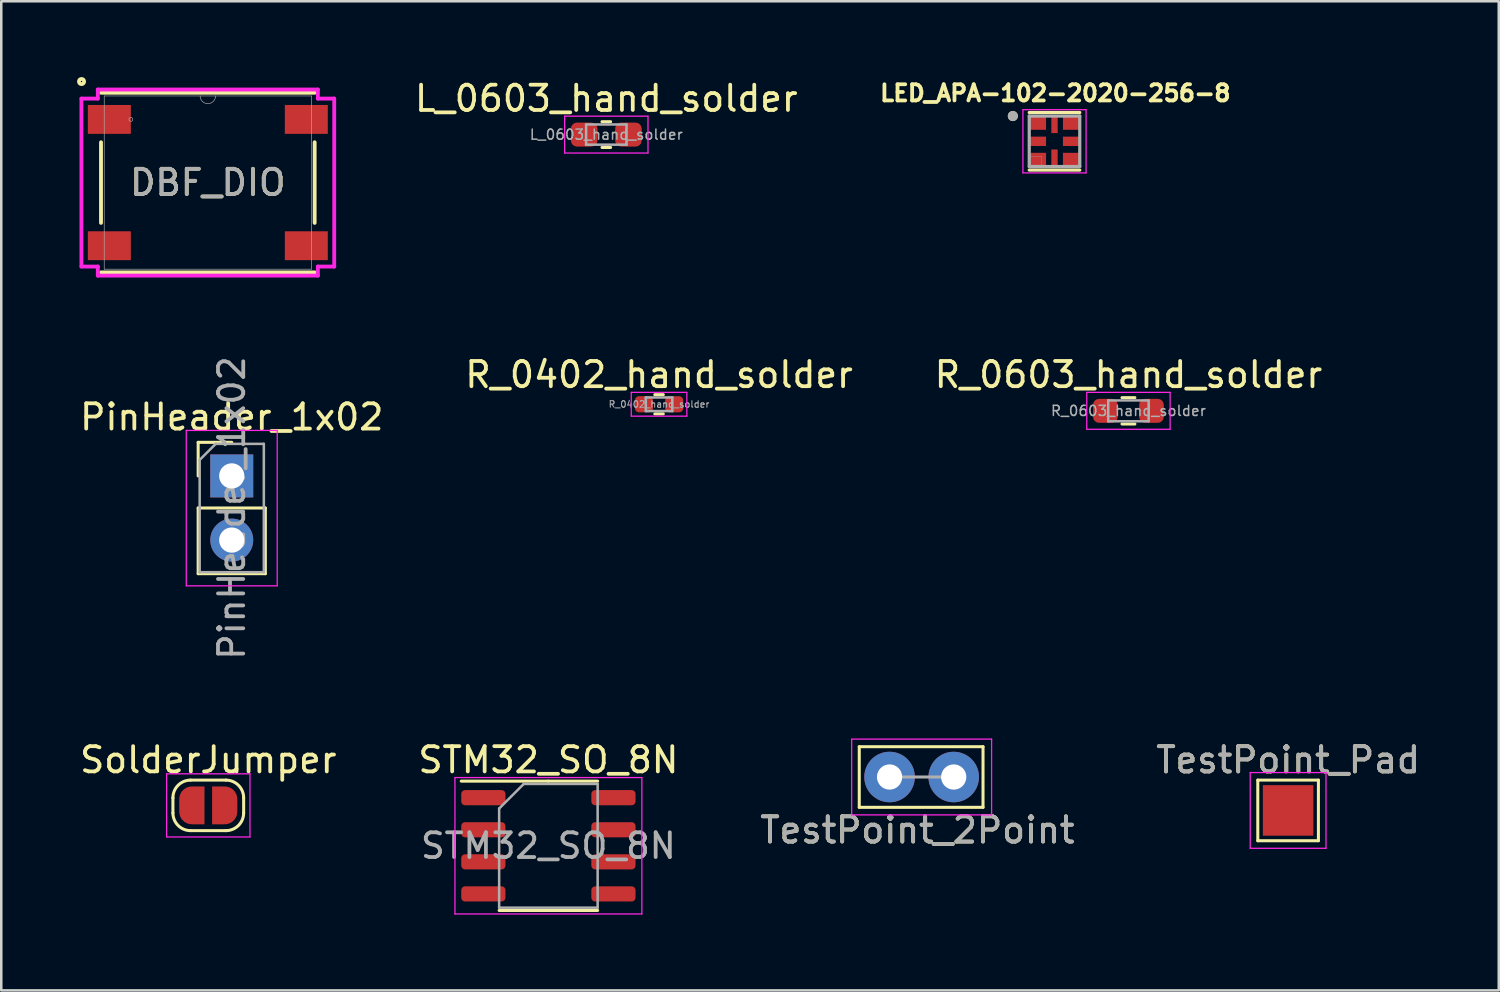
<source format=kicad_pcb>
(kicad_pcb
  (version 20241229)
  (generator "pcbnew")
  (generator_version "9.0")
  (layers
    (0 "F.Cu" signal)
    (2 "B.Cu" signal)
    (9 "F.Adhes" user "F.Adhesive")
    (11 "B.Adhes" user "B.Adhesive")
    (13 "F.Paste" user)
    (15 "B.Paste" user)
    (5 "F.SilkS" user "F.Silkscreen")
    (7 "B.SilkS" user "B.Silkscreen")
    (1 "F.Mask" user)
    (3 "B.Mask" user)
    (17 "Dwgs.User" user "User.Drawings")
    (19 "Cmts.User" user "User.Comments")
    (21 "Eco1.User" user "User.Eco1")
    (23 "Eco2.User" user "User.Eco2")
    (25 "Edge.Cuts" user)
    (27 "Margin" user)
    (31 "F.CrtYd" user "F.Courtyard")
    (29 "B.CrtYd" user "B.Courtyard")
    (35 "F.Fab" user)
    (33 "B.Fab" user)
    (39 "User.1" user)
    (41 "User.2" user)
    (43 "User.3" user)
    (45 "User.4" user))
  (footprint "LED_APA-102-2020-256-8"
    (layer "F.Cu")
    (at 38.698 2.544)
    (property "Reference" "LED_APA-102-2020-256-8" (at 0.032 -1.906 0) (layer "F.SilkS") (effects (font (size 0.64 0.64) (thickness 0.15))))
    (attr smd)
    (fp_line (start -1 -1.139) (end 1 -1.139) (stroke (width 0.127) (type solid)) (layer "F.SilkS"))
    (fp_line (start -1 1.139) (end 1 1.139) (stroke (width 0.127) (type solid)) (layer "F.SilkS"))
    (fp_circle (center -1.65 -1) (end -1.55 -1) (stroke (width 0.2) (type solid)) (fill no) (layer "F.SilkS"))
    (fp_line (start -1.25 -1.25) (end 1.25 -1.25) (stroke (width 0.05) (type solid)) (layer "F.CrtYd"))
    (fp_line (start -1.25 1.25) (end -1.25 -1.25) (stroke (width 0.05) (type solid)) (layer "F.CrtYd"))
    (fp_line (start 1.25 -1.25) (end 1.25 1.25) (stroke (width 0.05) (type solid)) (layer "F.CrtYd"))
    (fp_line (start 1.25 1.25) (end -1.25 1.25) (stroke (width 0.05) (type solid)) (layer "F.CrtYd"))
    (fp_line (start -1 -1) (end 1 -1) (stroke (width 0.127) (type solid)) (layer "F.Fab"))
    (fp_line (start -1 1) (end -1 -1) (stroke (width 0.127) (type solid)) (layer "F.Fab"))
    (fp_line (start 1 -1) (end 1 1) (stroke (width 0.127) (type solid)) (layer "F.Fab"))
    (fp_line (start 1 1) (end -1 1) (stroke (width 0.127) (type solid)) (layer "F.Fab"))
    (fp_circle (center -1.65 -1) (end -1.55 -1) (stroke (width 0.2) (type solid)) (fill no) (layer "F.Fab"))
    (fp_poly (pts (xy -1 0.6) (xy -0.5 0.6) (xy -0.5 1) (xy -1 1)) (stroke (width 0.01) (type solid)) (fill no) (layer "F.Fab"))
    (pad "1" smd rect (at -0.667 -0.728) (size 0.665 0.545) (layers "F.Cu" "F.Mask" "F.Paste"))
    (pad "1" smd rect (at 0 -0.662) (size 0.25 0.675) (layers "F.Cu" "F.Mask" "F.Paste"))
    (pad "2" smd rect (at -0.667 0) (size 0.665 0.37) (layers "F.Cu" "F.Mask" "F.Paste"))
    (pad "3" smd rect (at -0.667 0.728) (size 0.665 0.545) (layers "F.Cu" "F.Mask" "F.Paste"))
    (pad "4" smd rect (at 0.667 0.728) (size 0.665 0.545) (layers "F.Cu" "F.Mask" "F.Paste"))
    (pad "5" smd rect (at 0.667 0) (size 0.665 0.37) (layers "F.Cu" "F.Mask" "F.Paste"))
    (pad "6" smd rect (at 0 0.662) (size 0.25 0.675) (layers "F.Cu" "F.Mask" "F.Paste"))
    (pad "6" smd rect (at 0.667 -0.728) (size 0.665 0.545) (layers "F.Cu" "F.Mask" "F.Paste")))
  (footprint "STM32_SO_8N"
    (layer "F.Cu")
    (at 18.661 30.435)
    (property "Reference" "STM32_SO_8N" (at 0 -3.4 0) (layer "F.SilkS") (effects (font (size 1 1) (thickness 0.15))))
    (attr smd)
    (fp_line (start 0 -2.56) (end -3.45 -2.56) (stroke (width 0.12) (type solid)) (layer "F.SilkS"))
    (fp_line (start 0 -2.56) (end 1.95 -2.56) (stroke (width 0.12) (type solid)) (layer "F.SilkS"))
    (fp_line (start 0 2.56) (end -1.95 2.56) (stroke (width 0.12) (type solid)) (layer "F.SilkS"))
    (fp_line (start 0 2.56) (end 1.95 2.56) (stroke (width 0.12) (type solid)) (layer "F.SilkS"))
    (fp_line (start -3.7 -2.7) (end -3.7 2.7) (stroke (width 0.05) (type solid)) (layer "F.CrtYd"))
    (fp_line (start -3.7 2.7) (end 3.7 2.7) (stroke (width 0.05) (type solid)) (layer "F.CrtYd"))
    (fp_line (start 3.7 -2.7) (end -3.7 -2.7) (stroke (width 0.05) (type solid)) (layer "F.CrtYd"))
    (fp_line (start 3.7 2.7) (end 3.7 -2.7) (stroke (width 0.05) (type solid)) (layer "F.CrtYd"))
    (fp_line (start -1.95 -1.475) (end -0.975 -2.45) (stroke (width 0.1) (type solid)) (layer "F.Fab"))
    (fp_line (start -1.95 2.45) (end -1.95 -1.475) (stroke (width 0.1) (type solid)) (layer "F.Fab"))
    (fp_line (start -0.975 -2.45) (end 1.95 -2.45) (stroke (width 0.1) (type solid)) (layer "F.Fab"))
    (fp_line (start 1.95 -2.45) (end 1.95 2.45) (stroke (width 0.1) (type solid)) (layer "F.Fab"))
    (fp_line (start 1.95 2.45) (end -1.95 2.45) (stroke (width 0.1) (type solid)) (layer "F.Fab"))
    (fp_text user "${REFERENCE}" (at 0 0 0) (layer "F.Fab") (effects (font (size 0.98 0.98) (thickness 0.15))))
    (pad "1" smd roundrect (at -2.575 -1.905) (size 1.75 0.6) (layers "F.Cu" "F.Mask" "F.Paste") (roundrect_rratio 0.25))
    (pad "2" smd roundrect (at -2.575 -0.635) (size 1.75 0.6) (layers "F.Cu" "F.Mask" "F.Paste") (roundrect_rratio 0.25))
    (pad "3" smd roundrect (at -2.575 0.635) (size 1.75 0.6) (layers "F.Cu" "F.Mask" "F.Paste") (roundrect_rratio 0.25))
    (pad "4" smd roundrect (at -2.575 1.905) (size 1.75 0.6) (layers "F.Cu" "F.Mask" "F.Paste") (roundrect_rratio 0.25))
    (pad "5" smd roundrect (at 2.575 1.905) (size 1.75 0.6) (layers "F.Cu" "F.Mask" "F.Paste") (roundrect_rratio 0.25))
    (pad "6" smd roundrect (at 2.575 0.635) (size 1.75 0.6) (layers "F.Cu" "F.Mask" "F.Paste") (roundrect_rratio 0.25))
    (pad "7" smd roundrect (at 2.575 -0.635) (size 1.75 0.6) (layers "F.Cu" "F.Mask" "F.Paste") (roundrect_rratio 0.25))
    (pad "8" smd roundrect (at 2.575 -1.905) (size 1.75 0.6) (layers "F.Cu" "F.Mask" "F.Paste") (roundrect_rratio 0.25)))
  (footprint "SolderJumper"
    (layer "F.Cu")
    (at 5.196 28.835)
    (property "Reference" "SolderJumper" (at 0 -1.8 0) (layer "F.SilkS") (effects (font (size 1 1) (thickness 0.15))))
    (attr exclude_from_pos_files exclude_from_bom)
    (fp_line (start -1.4 0.3) (end -1.4 -0.3) (stroke (width 0.12) (type solid)) (layer "F.SilkS"))
    (fp_line (start -0.7 -1) (end 0.7 -1) (stroke (width 0.12) (type solid)) (layer "F.SilkS"))
    (fp_line (start 0.7 1) (end -0.7 1) (stroke (width 0.12) (type solid)) (layer "F.SilkS"))
    (fp_line (start 1.4 -0.3) (end 1.4 0.3) (stroke (width 0.12) (type solid)) (layer "F.SilkS"))
    (fp_arc (start -1.4 -0.3) (mid -1.194975 -0.794975) (end -0.7 -1) (stroke (width 0.12) (type solid)) (layer "F.SilkS"))
    (fp_arc (start -0.7 1) (mid -1.194975 0.794975) (end -1.4 0.3) (stroke (width 0.12) (type solid)) (layer "F.SilkS"))
    (fp_arc (start 0.7 -1) (mid 1.194975 -0.794975) (end 1.4 -0.3) (stroke (width 0.12) (type solid)) (layer "F.SilkS"))
    (fp_arc (start 1.4 0.3) (mid 1.194975 0.794975) (end 0.7 1) (stroke (width 0.12) (type solid)) (layer "F.SilkS"))
    (fp_line (start -1.65 -1.25) (end -1.65 1.25) (stroke (width 0.05) (type solid)) (layer "F.CrtYd"))
    (fp_line (start -1.65 -1.25) (end 1.65 -1.25) (stroke (width 0.05) (type solid)) (layer "F.CrtYd"))
    (fp_line (start 1.65 1.25) (end -1.65 1.25) (stroke (width 0.05) (type solid)) (layer "F.CrtYd"))
    (fp_line (start 1.65 1.25) (end 1.65 -1.25) (stroke (width 0.05) (type solid)) (layer "F.CrtYd"))
    (pad "1" smd custom (at -0.65 0) (size 1 0.5) (layers "F.Cu" "F.Mask") (options (anchor rect)) (primitives (gr_circle (center 0 0.25) (end 0.5 0.25) (width 0) (fill yes)) (gr_circle (center 0 -0.25) (end 0.5 -0.25) (width 0) (fill yes)) (gr_poly (pts (xy 0.5 0.75) (xy 0 0.75) (xy 0 -0.75) (xy 0.5 -0.75)) (width 0) (fill yes))))
    (pad "2" smd custom (at 0.65 0) (size 1 0.5) (layers "F.Cu" "F.Mask") (options (anchor rect)) (primitives (gr_circle (center 0 0.25) (end 0.5 0.25) (width 0) (fill yes)) (gr_circle (center 0 -0.25) (end 0.5 -0.25) (width 0) (fill yes)) (gr_poly (pts (xy 0 0.75) (xy -0.5 0.75) (xy -0.5 -0.75) (xy 0 -0.75)) (width 0) (fill yes)))))
  (footprint "L_0603_hand_solder"
    (layer "F.Cu")
    (at 20.954 2.278)
    (property "Reference" "L_0603_hand_solder" (at 0 -1.43 0) (layer "F.SilkS") (effects (font (size 1 1) (thickness 0.15))))
    (attr smd)
    (fp_line (start -0.171 -0.51) (end 0.171 -0.51) (stroke (width 0.12) (type solid)) (layer "F.SilkS"))
    (fp_line (start -0.171 0.51) (end 0.171 0.51) (stroke (width 0.12) (type solid)) (layer "F.SilkS"))
    (fp_line (start -1.65 -0.73) (end 1.65 -0.73) (stroke (width 0.05) (type solid)) (layer "F.CrtYd"))
    (fp_line (start -1.65 0.73) (end -1.65 -0.73) (stroke (width 0.05) (type solid)) (layer "F.CrtYd"))
    (fp_line (start 1.65 -0.73) (end 1.65 0.73) (stroke (width 0.05) (type solid)) (layer "F.CrtYd"))
    (fp_line (start 1.65 0.73) (end -1.65 0.73) (stroke (width 0.05) (type solid)) (layer "F.CrtYd"))
    (fp_line (start -0.8 -0.4) (end 0.8 -0.4) (stroke (width 0.1) (type solid)) (layer "F.Fab"))
    (fp_line (start -0.8 0.4) (end -0.8 -0.4) (stroke (width 0.1) (type solid)) (layer "F.Fab"))
    (fp_line (start 0.8 -0.4) (end 0.8 0.4) (stroke (width 0.1) (type solid)) (layer "F.Fab"))
    (fp_line (start 0.8 0.4) (end -0.8 0.4) (stroke (width 0.1) (type solid)) (layer "F.Fab"))
    (fp_text user "${REFERENCE}" (at 0 0 0) (layer "F.Fab") (effects (font (size 0.4 0.4) (thickness 0.06))))
    (pad "1" smd roundrect (at -0.875 0) (size 1.05 0.95) (layers "F.Cu" "F.Mask" "F.Paste") (roundrect_rratio 0.25))
    (pad "2" smd roundrect (at 0.875 0) (size 1.05 0.95) (layers "F.Cu" "F.Mask" "F.Paste") (roundrect_rratio 0.25)))
  (footprint "R_0402_hand_solder"
    (layer "F.Cu")
    (at 23.042 12.955)
    (property "Reference" "R_0402_hand_solder" (at 0 -1.17 0) (layer "F.SilkS") (effects (font (size 1 1) (thickness 0.15))))
    (attr smd)
    (fp_line (start -0.168 -0.38) (end 0.168 -0.38) (stroke (width 0.12) (type solid)) (layer "F.SilkS"))
    (fp_line (start -0.168 0.38) (end 0.168 0.38) (stroke (width 0.12) (type solid)) (layer "F.SilkS"))
    (fp_line (start -1.1 -0.47) (end 1.1 -0.47) (stroke (width 0.05) (type solid)) (layer "F.CrtYd"))
    (fp_line (start -1.1 0.47) (end -1.1 -0.47) (stroke (width 0.05) (type solid)) (layer "F.CrtYd"))
    (fp_line (start 1.1 -0.47) (end 1.1 0.47) (stroke (width 0.05) (type solid)) (layer "F.CrtYd"))
    (fp_line (start 1.1 0.47) (end -1.1 0.47) (stroke (width 0.05) (type solid)) (layer "F.CrtYd"))
    (fp_line (start -0.525 -0.27) (end 0.525 -0.27) (stroke (width 0.1) (type solid)) (layer "F.Fab"))
    (fp_line (start -0.525 0.27) (end -0.525 -0.27) (stroke (width 0.1) (type solid)) (layer "F.Fab"))
    (fp_line (start 0.525 -0.27) (end 0.525 0.27) (stroke (width 0.1) (type solid)) (layer "F.Fab"))
    (fp_line (start 0.525 0.27) (end -0.525 0.27) (stroke (width 0.1) (type solid)) (layer "F.Fab"))
    (fp_text user "${REFERENCE}" (at 0 0 0) (layer "F.Fab") (effects (font (size 0.26 0.26) (thickness 0.04))))
    (pad "1" smd roundrect (at -0.598 0) (size 0.715 0.64) (layers "F.Cu" "F.Mask" "F.Paste") (roundrect_rratio 0.25))
    (pad "2" smd roundrect (at 0.598 0) (size 0.715 0.64) (layers "F.Cu" "F.Mask" "F.Paste") (roundrect_rratio 0.25)))
  (footprint "DBF_DIO"
    (layer "F.Cu")
    (at 5.178 4.178)
    (property "Reference" "DBF_DIO" (at 0 0 0) (unlocked yes) (layer "F.SilkS") (effects (font (size 1 1) (thickness 0.15))))
    (attr smd)
    (fp_line (start -4.229 -1.596) (end -4.229 1.596) (stroke (width 0.152) (type solid)) (layer "F.SilkS"))
    (fp_line (start -4.229 3.556) (end 4.229 3.556) (stroke (width 0.152) (type solid)) (layer "F.SilkS"))
    (fp_line (start 4.229 -3.556) (end -4.229 -3.556) (stroke (width 0.152) (type solid)) (layer "F.SilkS"))
    (fp_line (start 4.229 1.596) (end 4.229 -1.596) (stroke (width 0.152) (type solid)) (layer "F.SilkS"))
    (fp_circle (center -5 -4) (end -4.898 -4) (stroke (width 0.152) (type solid)) (fill no) (layer "F.SilkS"))
    (fp_line (start -5.004 -3.325) (end -4.356 -3.325) (stroke (width 0.152) (type solid)) (layer "F.CrtYd"))
    (fp_line (start -5.004 3.325) (end -5.004 -3.325) (stroke (width 0.152) (type solid)) (layer "F.CrtYd"))
    (fp_line (start -5.004 3.325) (end -4.356 3.325) (stroke (width 0.152) (type solid)) (layer "F.CrtYd"))
    (fp_line (start -4.356 -3.683) (end 4.356 -3.683) (stroke (width 0.152) (type solid)) (layer "F.CrtYd"))
    (fp_line (start -4.356 -3.325) (end -4.356 -3.683) (stroke (width 0.152) (type solid)) (layer "F.CrtYd"))
    (fp_line (start -4.356 3.683) (end -4.356 3.325) (stroke (width 0.152) (type solid)) (layer "F.CrtYd"))
    (fp_line (start 4.356 -3.683) (end 4.356 -3.325) (stroke (width 0.152) (type solid)) (layer "F.CrtYd"))
    (fp_line (start 4.356 3.325) (end 4.356 3.683) (stroke (width 0.152) (type solid)) (layer "F.CrtYd"))
    (fp_line (start 4.356 3.683) (end -4.356 3.683) (stroke (width 0.152) (type solid)) (layer "F.CrtYd"))
    (fp_line (start 5.004 -3.325) (end 4.356 -3.325) (stroke (width 0.152) (type solid)) (layer "F.CrtYd"))
    (fp_line (start 5.004 -3.325) (end 5.004 3.325) (stroke (width 0.152) (type solid)) (layer "F.CrtYd"))
    (fp_line (start 5.004 3.325) (end 4.356 3.325) (stroke (width 0.152) (type solid)) (layer "F.CrtYd"))
    (fp_line (start -4.102 -3.429) (end -4.102 3.429) (stroke (width 0.025) (type solid)) (layer "F.Fab"))
    (fp_line (start -4.102 3.429) (end 4.102 3.429) (stroke (width 0.025) (type solid)) (layer "F.Fab"))
    (fp_line (start 4.102 -3.429) (end -4.102 -3.429) (stroke (width 0.025) (type solid)) (layer "F.Fab"))
    (fp_line (start 4.102 3.429) (end 4.102 -3.429) (stroke (width 0.025) (type solid)) (layer "F.Fab"))
    (fp_arc (start 0.3048 -3.429) (mid 0 -3.1242) (end -0.3048 -3.429) (stroke (width 0.0254) (type solid)) (layer "F.Fab"))
    (fp_circle (center -3.048 -2.5) (end -2.972 -2.5) (stroke (width 0.025) (type solid)) (fill no) (layer "F.Fab"))
    (fp_text user "${REFERENCE}" (at 0 0 0) (unlocked yes) (layer "F.Fab") (effects (font (size 1 1) (thickness 0.15))))
    (pad "1" smd rect (at -3.899 -2.5) (size 1.702 1.143) (layers "F.Cu" "F.Mask" "F.Paste"))
    (pad "2" smd rect (at 3.899 -2.5) (size 1.702 1.143) (layers "F.Cu" "F.Mask" "F.Paste"))
    (pad "3" smd rect (at -3.899 2.5) (size 1.702 1.143) (layers "F.Cu" "F.Mask" "F.Paste"))
    (pad "4" smd rect (at 3.899 2.5) (size 1.702 1.143) (layers "F.Cu" "F.Mask" "F.Paste")))
  (footprint "TestPoint_Pad"
    (layer "F.Cu")
    (at 47.946 29.035)
    (property "Reference" "TestPoint_Pad" (at 0 -1.998 0) (layer "F.SilkS") (effects (font (size 1 1) (thickness 0.15))))
    (attr exclude_from_pos_files exclude_from_bom)
    (fp_line (start -1.2 -1.2) (end 1.2 -1.2) (stroke (width 0.12) (type solid)) (layer "F.SilkS"))
    (fp_line (start -1.2 1.2) (end -1.2 -1.2) (stroke (width 0.12) (type solid)) (layer "F.SilkS"))
    (fp_line (start 1.2 -1.2) (end 1.2 1.2) (stroke (width 0.12) (type solid)) (layer "F.SilkS"))
    (fp_line (start 1.2 1.2) (end -1.2 1.2) (stroke (width 0.12) (type solid)) (layer "F.SilkS"))
    (fp_line (start -1.5 -1.5) (end -1.5 1.5) (stroke (width 0.05) (type solid)) (layer "F.CrtYd"))
    (fp_line (start -1.5 -1.5) (end 1.5 -1.5) (stroke (width 0.05) (type solid)) (layer "F.CrtYd"))
    (fp_line (start 1.5 1.5) (end -1.5 1.5) (stroke (width 0.05) (type solid)) (layer "F.CrtYd"))
    (fp_line (start 1.5 1.5) (end 1.5 -1.5) (stroke (width 0.05) (type solid)) (layer "F.CrtYd"))
    (fp_text user "${REFERENCE}" (at 0 -2 0) (layer "F.Fab") (effects (font (size 1 1) (thickness 0.15))))
    (pad "1" smd rect (at 0 0) (size 2 2) (layers "F.Cu" "F.Mask")))
  (footprint "R_0603_hand_solder"
    (layer "F.Cu")
    (at 41.625 13.215)
    (property "Reference" "R_0603_hand_solder" (at 0 -1.43 0) (layer "F.SilkS") (effects (font (size 1 1) (thickness 0.15))))
    (attr smd)
    (fp_line (start -0.255 -0.522) (end 0.255 -0.522) (stroke (width 0.12) (type solid)) (layer "F.SilkS"))
    (fp_line (start -0.255 0.522) (end 0.255 0.522) (stroke (width 0.12) (type solid)) (layer "F.SilkS"))
    (fp_line (start -1.65 -0.73) (end 1.65 -0.73) (stroke (width 0.05) (type solid)) (layer "F.CrtYd"))
    (fp_line (start -1.65 0.73) (end -1.65 -0.73) (stroke (width 0.05) (type solid)) (layer "F.CrtYd"))
    (fp_line (start 1.65 -0.73) (end 1.65 0.73) (stroke (width 0.05) (type solid)) (layer "F.CrtYd"))
    (fp_line (start 1.65 0.73) (end -1.65 0.73) (stroke (width 0.05) (type solid)) (layer "F.CrtYd"))
    (fp_line (start -0.8 -0.412) (end 0.8 -0.412) (stroke (width 0.1) (type solid)) (layer "F.Fab"))
    (fp_line (start -0.8 0.412) (end -0.8 -0.412) (stroke (width 0.1) (type solid)) (layer "F.Fab"))
    (fp_line (start 0.8 -0.412) (end 0.8 0.412) (stroke (width 0.1) (type solid)) (layer "F.Fab"))
    (fp_line (start 0.8 0.412) (end -0.8 0.412) (stroke (width 0.1) (type solid)) (layer "F.Fab"))
    (fp_text user "${REFERENCE}" (at 0 0 0) (layer "F.Fab") (effects (font (size 0.4 0.4) (thickness 0.06))))
    (pad "1" smd roundrect (at -0.912 0) (size 0.975 0.95) (layers "F.Cu" "F.Mask" "F.Paste") (roundrect_rratio 0.25))
    (pad "2" smd roundrect (at 0.912 0) (size 0.975 0.95) (layers "F.Cu" "F.Mask" "F.Paste") (roundrect_rratio 0.25)))
  (footprint "PinHeader_1x02"
    (layer "F.Cu")
    (at 6.125 15.792)
    (property "Reference" "PinHeader_1x02" (at 0 -2.33 0) (layer "F.SilkS") (effects (font (size 1 1) (thickness 0.15))))
    (attr through_hole)
    (fp_line (start -1.33 -1.33) (end 0 -1.33) (stroke (width 0.12) (type solid)) (layer "F.SilkS"))
    (fp_line (start -1.33 0) (end -1.33 -1.33) (stroke (width 0.12) (type solid)) (layer "F.SilkS"))
    (fp_line (start -1.33 1.27) (end -1.33 3.87) (stroke (width 0.12) (type solid)) (layer "F.SilkS"))
    (fp_line (start -1.33 1.27) (end 1.33 1.27) (stroke (width 0.12) (type solid)) (layer "F.SilkS"))
    (fp_line (start -1.33 3.87) (end 1.33 3.87) (stroke (width 0.12) (type solid)) (layer "F.SilkS"))
    (fp_line (start 1.33 1.27) (end 1.33 3.87) (stroke (width 0.12) (type solid)) (layer "F.SilkS"))
    (fp_line (start -1.8 -1.8) (end -1.8 4.35) (stroke (width 0.05) (type solid)) (layer "F.CrtYd"))
    (fp_line (start -1.8 4.35) (end 1.8 4.35) (stroke (width 0.05) (type solid)) (layer "F.CrtYd"))
    (fp_line (start 1.8 -1.8) (end -1.8 -1.8) (stroke (width 0.05) (type solid)) (layer "F.CrtYd"))
    (fp_line (start 1.8 4.35) (end 1.8 -1.8) (stroke (width 0.05) (type solid)) (layer "F.CrtYd"))
    (fp_line (start -1.27 -0.635) (end -0.635 -1.27) (stroke (width 0.1) (type solid)) (layer "F.Fab"))
    (fp_line (start -1.27 3.81) (end -1.27 -0.635) (stroke (width 0.1) (type solid)) (layer "F.Fab"))
    (fp_line (start -0.635 -1.27) (end 1.27 -1.27) (stroke (width 0.1) (type solid)) (layer "F.Fab"))
    (fp_line (start 1.27 -1.27) (end 1.27 3.81) (stroke (width 0.1) (type solid)) (layer "F.Fab"))
    (fp_line (start 1.27 3.81) (end -1.27 3.81) (stroke (width 0.1) (type solid)) (layer "F.Fab"))
    (fp_text user "${REFERENCE}" (at 0 1.27 90) (layer "F.Fab") (effects (font (size 1 1) (thickness 0.15))))
    (pad "1" thru_hole rect (at 0 0) (size 1.7 1.7) (drill 1) (layers "*.Cu" "*.Mask"))
    (pad "2" thru_hole oval (at 0 2.54) (size 1.7 1.7) (drill 1) (layers "*.Cu" "*.Mask")))
  (footprint "TestPoint_2Point"
    (layer "F.Cu")
    (at 32.168 27.712)
    (property "Reference" "TestPoint_2Point" (at 1.1 2.1 0) (layer "F.SilkS") (effects (font (size 1 1) (thickness 0.15))))
    (attr through_hole)
    (fp_line (start -1.2 -1.2) (end -1.2 1.2) (stroke (width 0.12) (type solid)) (layer "F.SilkS"))
    (fp_line (start -1.2 1.2) (end 3.7 1.2) (stroke (width 0.12) (type solid)) (layer "F.SilkS"))
    (fp_line (start 3.7 -1.2) (end -1.2 -1.2) (stroke (width 0.12) (type solid)) (layer "F.SilkS"))
    (fp_line (start 3.7 1.2) (end 3.7 -1.2) (stroke (width 0.12) (type solid)) (layer "F.SilkS"))
    (fp_line (start -1.5 -1.5) (end -1.5 1.5) (stroke (width 0.05) (type solid)) (layer "F.CrtYd"))
    (fp_line (start -1.5 -1.5) (end 4.04 -1.5) (stroke (width 0.05) (type solid)) (layer "F.CrtYd"))
    (fp_line (start 4.04 1.5) (end -1.5 1.5) (stroke (width 0.05) (type solid)) (layer "F.CrtYd"))
    (fp_line (start 4.04 1.5) (end 4.04 -1.5) (stroke (width 0.05) (type solid)) (layer "F.CrtYd"))
    (fp_line (start 2.54 0) (end 0 0) (stroke (width 0.12) (type solid)) (layer "F.Fab"))
    (fp_text user "${REFERENCE}" (at 1.1 2.1 0) (layer "F.Fab") (effects (font (size 1 1) (thickness 0.15))))
    (pad "1" thru_hole circle (at 0 0) (size 2 2) (drill 1) (layers "*.Cu" "*.Mask"))
    (pad "1" thru_hole circle (at 2.54 0) (size 2 2) (drill 1) (layers "*.Cu" "*.Mask")))
  (gr_rect
    (start -3 -3)
    (end 56.286 36.16)
    (stroke (width 0.1) (type default))
    (fill no)
    (layer "Edge.Cuts")))
</source>
